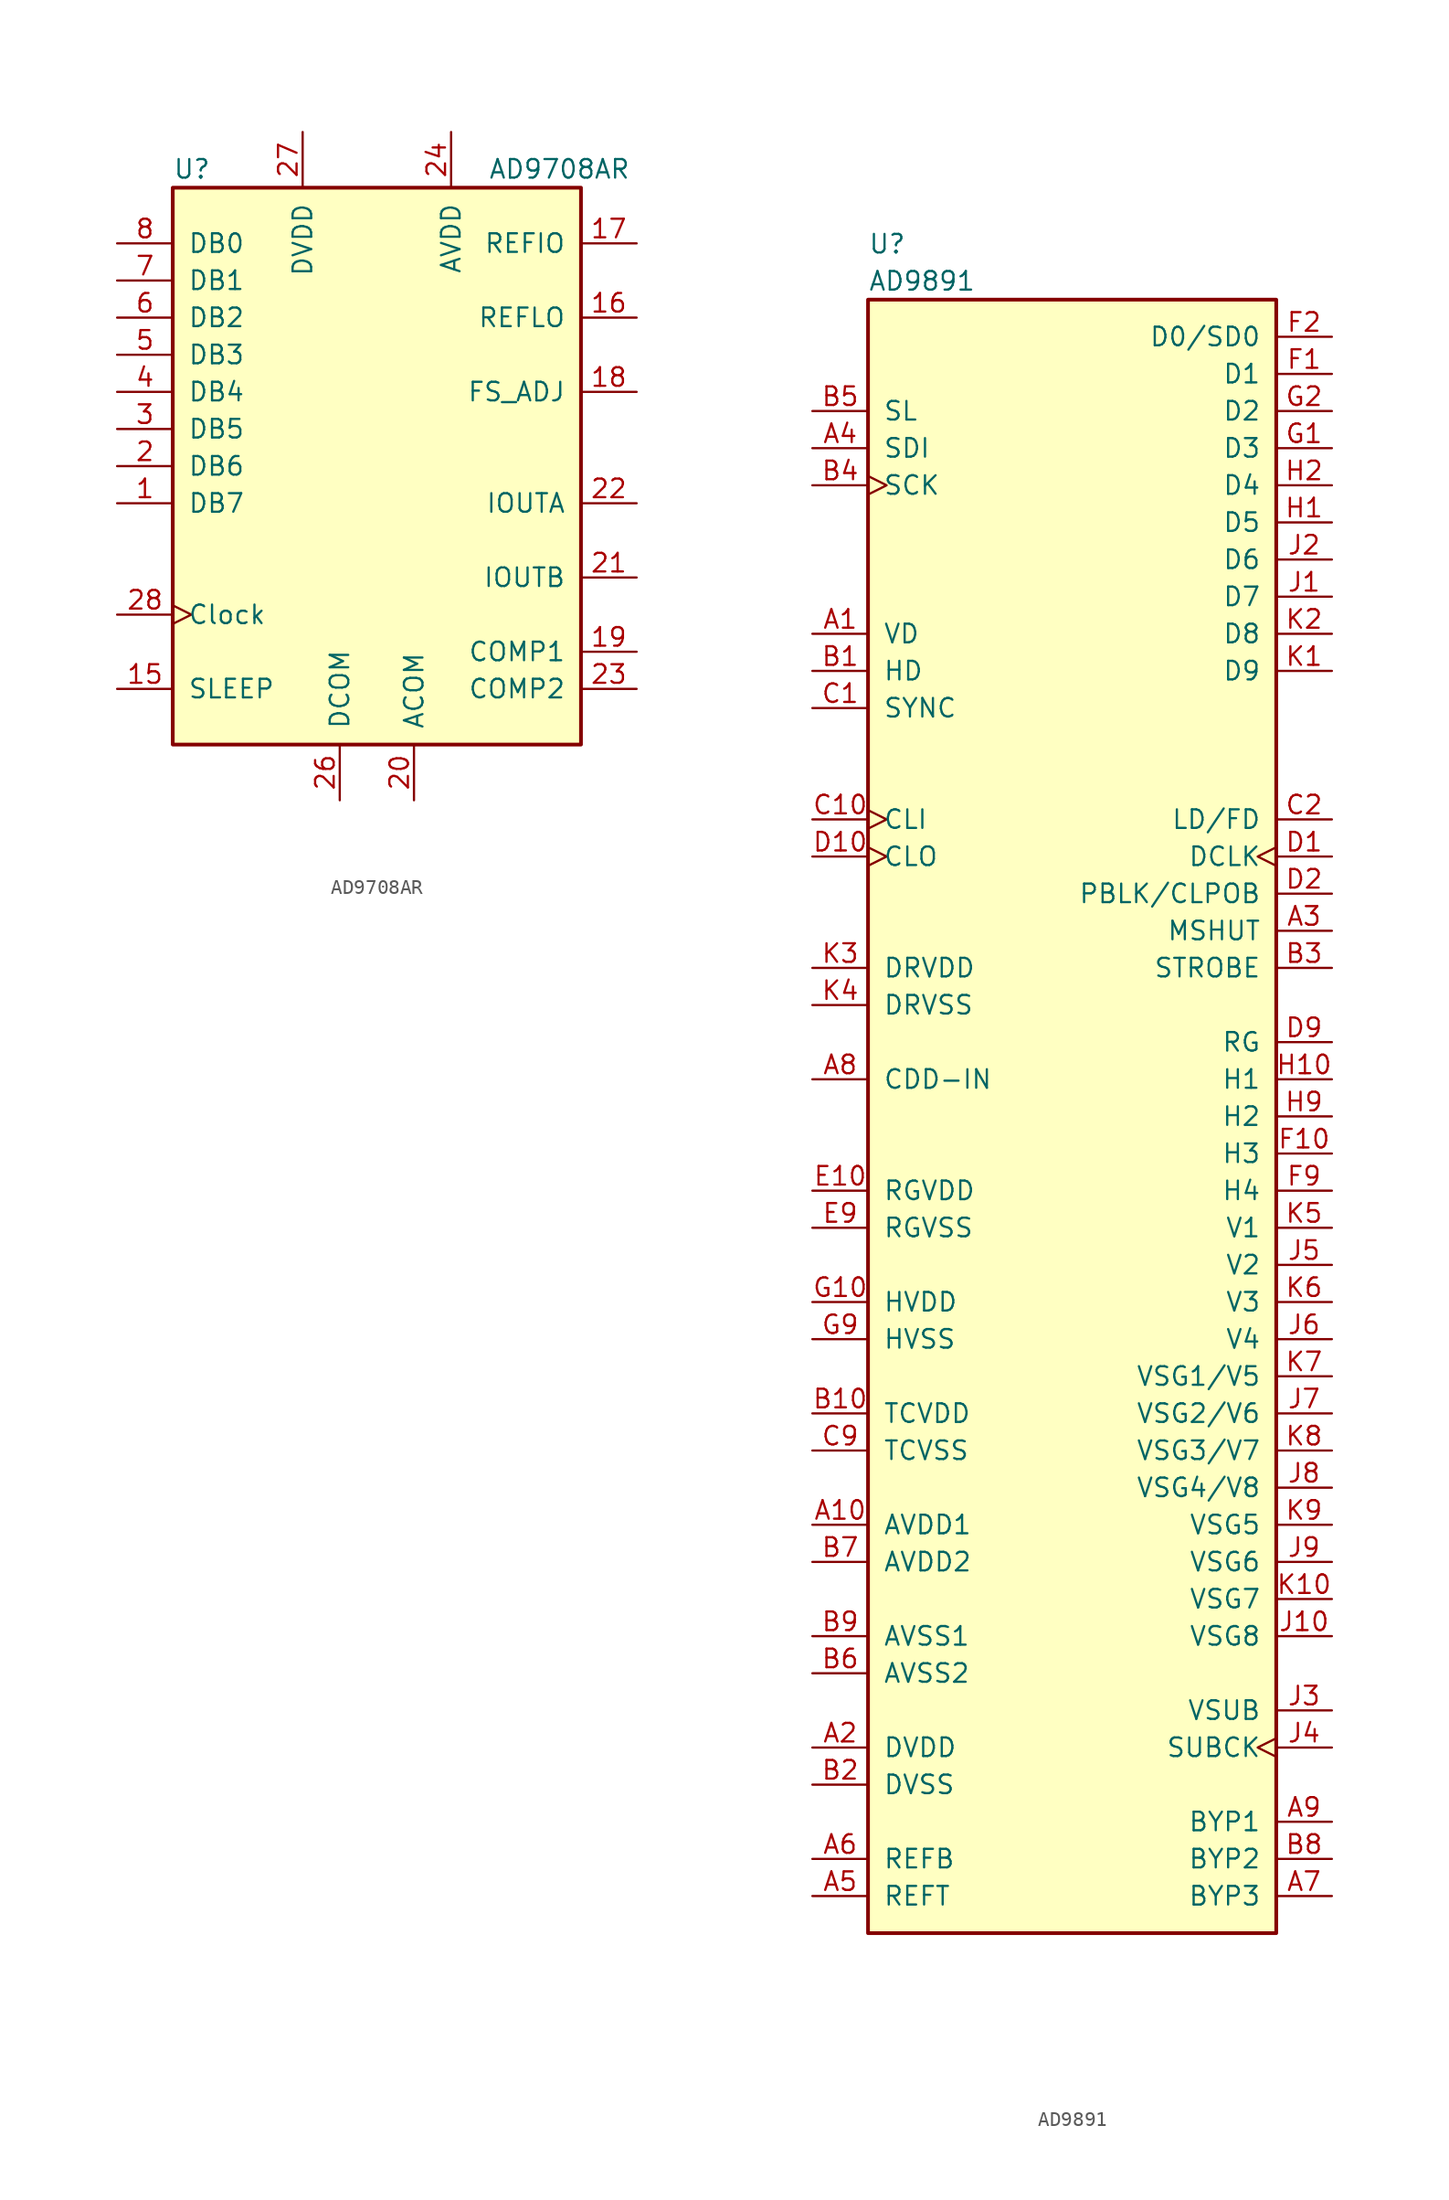
<source format=kicad_sym>
(kicad_symbol_lib
  (version 20211014)
  (generator kicad_symbol_editor)
  (symbol "AD9708AR"
    (pin_names
      (offset 1.016))
    (property "Reference" "U"
      (at -13.97 20.32 0)
      (effects (font (size 1.27 1.27)) (justify left)))
    (property "Value" "AD9708AR"
      (at 7.62 20.32 0)
      (effects (font (size 1.27 1.27)) (justify left)))
    (symbol "AD9708AR_0_1"
      (rectangle (start -13.97 19.05) (end 13.97 -19.05) (stroke (width 0.254) (type default) (color 0 0 0 0)) (fill (type background))))
    (symbol "AD9708AR_1_1"
      (pin input line (at -17.78 -2.54 0) (length 3.81) (name "DB7" (effects (font (size 1.27 1.27)))) (number "1" (effects (font (size 1.27 1.27)))))
      (pin input line (at -17.78 -15.24 0) (length 3.81) (name "SLEEP" (effects (font (size 1.27 1.27)))) (number "15" (effects (font (size 1.27 1.27)))))
      (pin power_in line (at 17.78 10.16 180) (length 3.81) (name "REFLO" (effects (font (size 1.27 1.27)))) (number "16" (effects (font (size 1.27 1.27)))))
      (pin bidirectional line (at 17.78 15.24 180) (length 3.81) (name "REFIO" (effects (font (size 1.27 1.27)))) (number "17" (effects (font (size 1.27 1.27)))))
      (pin output line (at 17.78 5.08 180) (length 3.81) (name "FS_ADJ" (effects (font (size 1.27 1.27)))) (number "18" (effects (font (size 1.27 1.27)))))
      (pin bidirectional line (at 17.78 -12.7 180) (length 3.81) (name "COMP1" (effects (font (size 1.27 1.27)))) (number "19" (effects (font (size 1.27 1.27)))))
      (pin input line (at -17.78 0 0) (length 3.81) (name "DB6" (effects (font (size 1.27 1.27)))) (number "2" (effects (font (size 1.27 1.27)))))
      (pin power_in line (at 2.54 -22.86 90) (length 3.81) (name "ACOM" (effects (font (size 1.27 1.27)))) (number "20" (effects (font (size 1.27 1.27)))))
      (pin output line (at 17.78 -7.62 180) (length 3.81) (name "IOUTB" (effects (font (size 1.27 1.27)))) (number "21" (effects (font (size 1.27 1.27)))))
      (pin output line (at 17.78 -2.54 180) (length 3.81) (name "IOUTA" (effects (font (size 1.27 1.27)))) (number "22" (effects (font (size 1.27 1.27)))))
      (pin bidirectional line (at 17.78 -15.24 180) (length 3.81) (name "COMP2" (effects (font (size 1.27 1.27)))) (number "23" (effects (font (size 1.27 1.27)))))
      (pin power_in line (at 5.08 22.86 270) (length 3.81) (name "AVDD" (effects (font (size 1.27 1.27)))) (number "24" (effects (font (size 1.27 1.27)))))
      (pin power_in line (at -2.54 -22.86 90) (length 3.81) (name "DCOM" (effects (font (size 1.27 1.27)))) (number "26" (effects (font (size 1.27 1.27)))))
      (pin power_in line (at -5.08 22.86 270) (length 3.81) (name "DVDD" (effects (font (size 1.27 1.27)))) (number "27" (effects (font (size 1.27 1.27)))))
      (pin input clock (at -17.78 -10.16 0) (length 3.81) (name "Clock" (effects (font (size 1.27 1.27)))) (number "28" (effects (font (size 1.27 1.27)))))
      (pin input line (at -17.78 2.54 0) (length 3.81) (name "DB5" (effects (font (size 1.27 1.27)))) (number "3" (effects (font (size 1.27 1.27)))))
      (pin input line (at -17.78 5.08 0) (length 3.81) (name "DB4" (effects (font (size 1.27 1.27)))) (number "4" (effects (font (size 1.27 1.27)))))
      (pin input line (at -17.78 7.62 0) (length 3.81) (name "DB3" (effects (font (size 1.27 1.27)))) (number "5" (effects (font (size 1.27 1.27)))))
      (pin input line (at -17.78 10.16 0) (length 3.81) (name "DB2" (effects (font (size 1.27 1.27)))) (number "6" (effects (font (size 1.27 1.27)))))
      (pin input line (at -17.78 12.7 0) (length 3.81) (name "DB1" (effects (font (size 1.27 1.27)))) (number "7" (effects (font (size 1.27 1.27)))))
      (pin input line (at -17.78 15.24 0) (length 3.81) (name "DB0" (effects (font (size 1.27 1.27)))) (number "8" (effects (font (size 1.27 1.27)))))))
  (symbol "AD9891"
    (pin_names
      (offset 1.016))
    (property "Reference" "U"
      (at -13.97 59.69 0)
      (effects (font (size 1.27 1.27)) (justify left)))
    (property "Value" "AD9891"
      (at -13.97 57.15 0)
      (effects (font (size 1.27 1.27)) (justify left)))
    (symbol "AD9891_0_1"
      (rectangle (start 13.97 -55.88) (end -13.97 55.88) (stroke (width 0.254) (type default) (color 0 0 0 0)) (fill (type background))))
    (symbol "AD9891_1_1"
      (pin bidirectional line (at -17.78 33.02 0) (length 3.81) (name "VD" (effects (font (size 1.27 1.27)))) (number "A1" (effects (font (size 1.27 1.27)))))
      (pin power_in line (at -17.78 -27.94 0) (length 3.81) (name "AVDD1" (effects (font (size 1.27 1.27)))) (number "A10" (effects (font (size 1.27 1.27)))))
      (pin power_in line (at -17.78 -43.18 0) (length 3.81) (name "DVDD" (effects (font (size 1.27 1.27)))) (number "A2" (effects (font (size 1.27 1.27)))))
      (pin output line (at 17.78 12.7 180) (length 3.81) (name "MSHUT" (effects (font (size 1.27 1.27)))) (number "A3" (effects (font (size 1.27 1.27)))))
      (pin input line (at -17.78 45.72 0) (length 3.81) (name "SDI" (effects (font (size 1.27 1.27)))) (number "A4" (effects (font (size 1.27 1.27)))))
      (pin output line (at -17.78 -53.34 0) (length 3.81) (name "REFT" (effects (font (size 1.27 1.27)))) (number "A5" (effects (font (size 1.27 1.27)))))
      (pin output line (at -17.78 -50.8 0) (length 3.81) (name "REFB" (effects (font (size 1.27 1.27)))) (number "A6" (effects (font (size 1.27 1.27)))))
      (pin output line (at 17.78 -53.34 180) (length 3.81) (name "BYP3" (effects (font (size 1.27 1.27)))) (number "A7" (effects (font (size 1.27 1.27)))))
      (pin input line (at -17.78 2.54 0) (length 3.81) (name "CDD-IN" (effects (font (size 1.27 1.27)))) (number "A8" (effects (font (size 1.27 1.27)))))
      (pin output line (at 17.78 -48.26 180) (length 3.81) (name "BYP1" (effects (font (size 1.27 1.27)))) (number "A9" (effects (font (size 1.27 1.27)))))
      (pin bidirectional line (at -17.78 30.48 0) (length 3.81) (name "HD" (effects (font (size 1.27 1.27)))) (number "B1" (effects (font (size 1.27 1.27)))))
      (pin power_in line (at -17.78 -20.32 0) (length 3.81) (name "TCVDD" (effects (font (size 1.27 1.27)))) (number "B10" (effects (font (size 1.27 1.27)))))
      (pin power_in line (at -17.78 -45.72 0) (length 3.81) (name "DVSS" (effects (font (size 1.27 1.27)))) (number "B2" (effects (font (size 1.27 1.27)))))
      (pin output line (at 17.78 10.16 180) (length 3.81) (name "STROBE" (effects (font (size 1.27 1.27)))) (number "B3" (effects (font (size 1.27 1.27)))))
      (pin input clock (at -17.78 43.18 0) (length 3.81) (name "SCK" (effects (font (size 1.27 1.27)))) (number "B4" (effects (font (size 1.27 1.27)))))
      (pin input line (at -17.78 48.26 0) (length 3.81) (name "SL" (effects (font (size 1.27 1.27)))) (number "B5" (effects (font (size 1.27 1.27)))))
      (pin power_in line (at -17.78 -38.1 0) (length 3.81) (name "AVSS2" (effects (font (size 1.27 1.27)))) (number "B6" (effects (font (size 1.27 1.27)))))
      (pin power_in line (at -17.78 -30.48 0) (length 3.81) (name "AVDD2" (effects (font (size 1.27 1.27)))) (number "B7" (effects (font (size 1.27 1.27)))))
      (pin output line (at 17.78 -50.8 180) (length 3.81) (name "BYP2" (effects (font (size 1.27 1.27)))) (number "B8" (effects (font (size 1.27 1.27)))))
      (pin power_in line (at -17.78 -35.56 0) (length 3.81) (name "AVSS1" (effects (font (size 1.27 1.27)))) (number "B9" (effects (font (size 1.27 1.27)))))
      (pin input line (at -17.78 27.94 0) (length 3.81) (name "SYNC" (effects (font (size 1.27 1.27)))) (number "C1" (effects (font (size 1.27 1.27)))))
      (pin input clock (at -17.78 20.32 0) (length 3.81) (name "CLI" (effects (font (size 1.27 1.27)))) (number "C10" (effects (font (size 1.27 1.27)))))
      (pin output line (at 17.78 20.32 180) (length 3.81) (name "LD/FD" (effects (font (size 1.27 1.27)))) (number "C2" (effects (font (size 1.27 1.27)))))
      (pin power_in line (at -17.78 -22.86 0) (length 3.81) (name "TCVSS" (effects (font (size 1.27 1.27)))) (number "C9" (effects (font (size 1.27 1.27)))))
      (pin output clock (at 17.78 17.78 180) (length 3.81) (name "DCLK" (effects (font (size 1.27 1.27)))) (number "D1" (effects (font (size 1.27 1.27)))))
      (pin output clock (at -17.78 17.78 0) (length 3.81) (name "CLO" (effects (font (size 1.27 1.27)))) (number "D10" (effects (font (size 1.27 1.27)))))
      (pin output line (at 17.78 15.24 180) (length 3.81) (name "PBLK/CLPOB" (effects (font (size 1.27 1.27)))) (number "D2" (effects (font (size 1.27 1.27)))))
      (pin output line (at 17.78 5.08 180) (length 3.81) (name "RG" (effects (font (size 1.27 1.27)))) (number "D9" (effects (font (size 1.27 1.27)))))
      (pin power_in line (at -17.78 -5.08 0) (length 3.81) (name "RGVDD" (effects (font (size 1.27 1.27)))) (number "E10" (effects (font (size 1.27 1.27)))))
      (pin power_in line (at -17.78 -7.62 0) (length 3.81) (name "RGVSS" (effects (font (size 1.27 1.27)))) (number "E9" (effects (font (size 1.27 1.27)))))
      (pin output line (at 17.78 50.8 180) (length 3.81) (name "D1" (effects (font (size 1.27 1.27)))) (number "F1" (effects (font (size 1.27 1.27)))))
      (pin output line (at 17.78 -2.54 180) (length 3.81) (name "H3" (effects (font (size 1.27 1.27)))) (number "F10" (effects (font (size 1.27 1.27)))))
      (pin output line (at 17.78 53.34 180) (length 3.81) (name "D0/SD0" (effects (font (size 1.27 1.27)))) (number "F2" (effects (font (size 1.27 1.27)))))
      (pin output line (at 17.78 -5.08 180) (length 3.81) (name "H4" (effects (font (size 1.27 1.27)))) (number "F9" (effects (font (size 1.27 1.27)))))
      (pin output line (at 17.78 45.72 180) (length 3.81) (name "D3" (effects (font (size 1.27 1.27)))) (number "G1" (effects (font (size 1.27 1.27)))))
      (pin power_in line (at -17.78 -12.7 0) (length 3.81) (name "HVDD" (effects (font (size 1.27 1.27)))) (number "G10" (effects (font (size 1.27 1.27)))))
      (pin output line (at 17.78 48.26 180) (length 3.81) (name "D2" (effects (font (size 1.27 1.27)))) (number "G2" (effects (font (size 1.27 1.27)))))
      (pin power_in line (at -17.78 -15.24 0) (length 3.81) (name "HVSS" (effects (font (size 1.27 1.27)))) (number "G9" (effects (font (size 1.27 1.27)))))
      (pin output line (at 17.78 40.64 180) (length 3.81) (name "D5" (effects (font (size 1.27 1.27)))) (number "H1" (effects (font (size 1.27 1.27)))))
      (pin output line (at 17.78 2.54 180) (length 3.81) (name "H1" (effects (font (size 1.27 1.27)))) (number "H10" (effects (font (size 1.27 1.27)))))
      (pin output line (at 17.78 43.18 180) (length 3.81) (name "D4" (effects (font (size 1.27 1.27)))) (number "H2" (effects (font (size 1.27 1.27)))))
      (pin output line (at 17.78 0 180) (length 3.81) (name "H2" (effects (font (size 1.27 1.27)))) (number "H9" (effects (font (size 1.27 1.27)))))
      (pin output line (at 17.78 35.56 180) (length 3.81) (name "D7" (effects (font (size 1.27 1.27)))) (number "J1" (effects (font (size 1.27 1.27)))))
      (pin output line (at 17.78 -35.56 180) (length 3.81) (name "VSG8" (effects (font (size 1.27 1.27)))) (number "J10" (effects (font (size 1.27 1.27)))))
      (pin output line (at 17.78 38.1 180) (length 3.81) (name "D6" (effects (font (size 1.27 1.27)))) (number "J2" (effects (font (size 1.27 1.27)))))
      (pin output line (at 17.78 -40.64 180) (length 3.81) (name "VSUB" (effects (font (size 1.27 1.27)))) (number "J3" (effects (font (size 1.27 1.27)))))
      (pin output clock (at 17.78 -43.18 180) (length 3.81) (name "SUBCK" (effects (font (size 1.27 1.27)))) (number "J4" (effects (font (size 1.27 1.27)))))
      (pin output line (at 17.78 -10.16 180) (length 3.81) (name "V2" (effects (font (size 1.27 1.27)))) (number "J5" (effects (font (size 1.27 1.27)))))
      (pin output line (at 17.78 -15.24 180) (length 3.81) (name "V4" (effects (font (size 1.27 1.27)))) (number "J6" (effects (font (size 1.27 1.27)))))
      (pin output line (at 17.78 -20.32 180) (length 3.81) (name "VSG2/V6" (effects (font (size 1.27 1.27)))) (number "J7" (effects (font (size 1.27 1.27)))))
      (pin output line (at 17.78 -25.4 180) (length 3.81) (name "VSG4/V8" (effects (font (size 1.27 1.27)))) (number "J8" (effects (font (size 1.27 1.27)))))
      (pin output line (at 17.78 -30.48 180) (length 3.81) (name "VSG6" (effects (font (size 1.27 1.27)))) (number "J9" (effects (font (size 1.27 1.27)))))
      (pin input line (at 17.78 30.48 180) (length 3.81) (name "D9" (effects (font (size 1.27 1.27)))) (number "K1" (effects (font (size 1.27 1.27)))))
      (pin output line (at 17.78 -33.02 180) (length 3.81) (name "VSG7" (effects (font (size 1.27 1.27)))) (number "K10" (effects (font (size 1.27 1.27)))))
      (pin output line (at 17.78 33.02 180) (length 3.81) (name "D8" (effects (font (size 1.27 1.27)))) (number "K2" (effects (font (size 1.27 1.27)))))
      (pin power_out line (at -17.78 10.16 0) (length 3.81) (name "DRVDD" (effects (font (size 1.27 1.27)))) (number "K3" (effects (font (size 1.27 1.27)))))
      (pin power_out line (at -17.78 7.62 0) (length 3.81) (name "DRVSS" (effects (font (size 1.27 1.27)))) (number "K4" (effects (font (size 1.27 1.27)))))
      (pin output line (at 17.78 -7.62 180) (length 3.81) (name "V1" (effects (font (size 1.27 1.27)))) (number "K5" (effects (font (size 1.27 1.27)))))
      (pin output line (at 17.78 -12.7 180) (length 3.81) (name "V3" (effects (font (size 1.27 1.27)))) (number "K6" (effects (font (size 1.27 1.27)))))
      (pin output line (at 17.78 -17.78 180) (length 3.81) (name "VSG1/V5" (effects (font (size 1.27 1.27)))) (number "K7" (effects (font (size 1.27 1.27)))))
      (pin output line (at 17.78 -22.86 180) (length 3.81) (name "VSG3/V7" (effects (font (size 1.27 1.27)))) (number "K8" (effects (font (size 1.27 1.27)))))
      (pin output line (at 17.78 -27.94 180) (length 3.81) (name "VSG5" (effects (font (size 1.27 1.27)))) (number "K9" (effects (font (size 1.27 1.27))))))))
</source>
